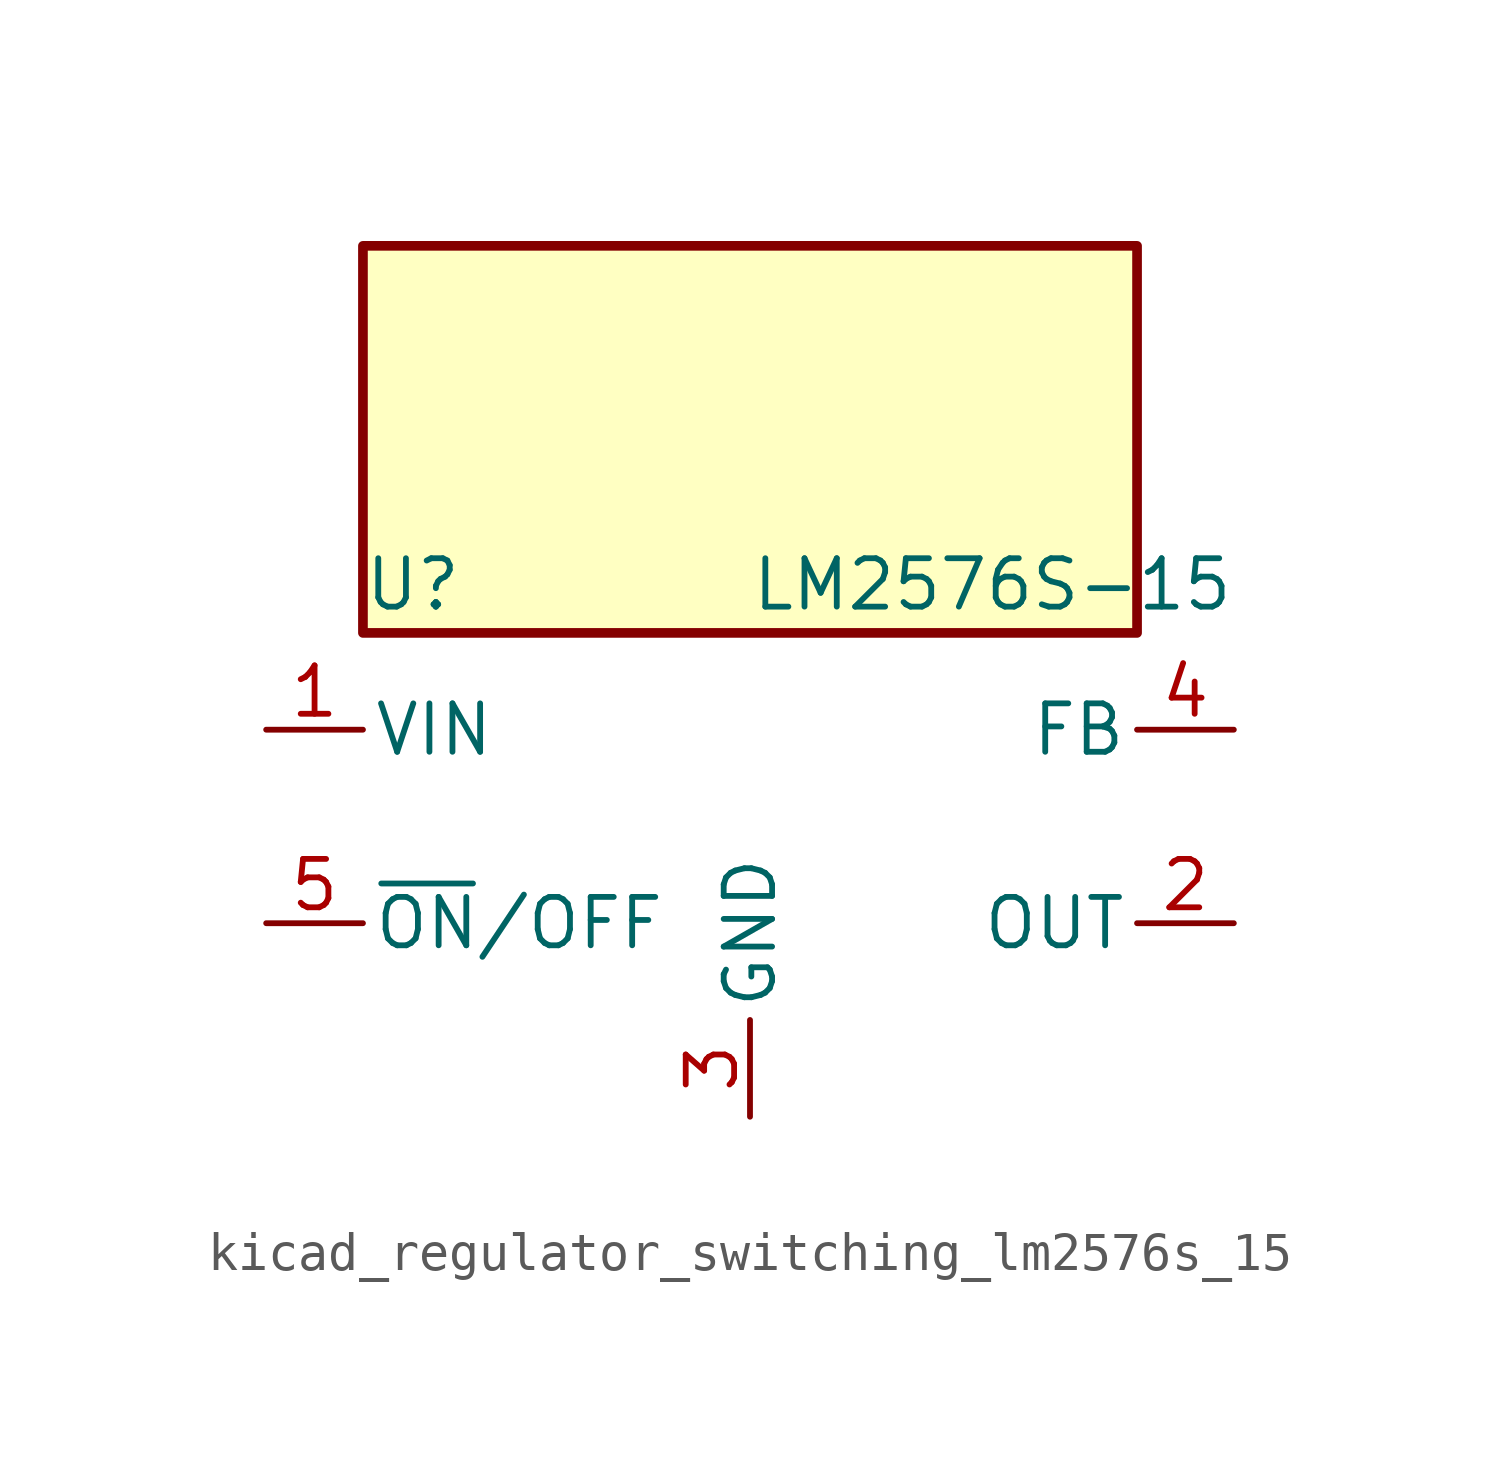
<source format=kicad_sym>
(kicad_symbol_lib
  (version 20220914)
  (generator kicad_symbol_editor)
  (symbol "kicad_regulator_switching_lm2576s_15"
    (pin_names
      (offset 0.254))
    (property "Reference" "U"
      (at -10.16 6.35 0)
      (effects (font (size 1.27 1.27)) (justify left)))
    (property "Value" "LM2576S-15"
      (at 0 6.35 0)
      (effects (font (size 1.27 1.27)) (justify left)))
    (symbol "kicad_regulator_switching_lm2576s_15_0_1"
      (rectangle (start 10.16 15.24) (end -10.16 5.08) (stroke (width 0.254) (type default)) (fill (type background))))
    (symbol "kicad_regulator_switching_lm2576s_15_1_1"
      (pin power_in line (at -12.7 2.54 0) (length 2.54) (name "VIN" (effects (font (size 1.27 1.27)))) (number "1" (effects (font (size 1.27 1.27)))))
      (pin output line (at 12.7 -2.54 180) (length 2.54) (name "OUT" (effects (font (size 1.27 1.27)))) (number "2" (effects (font (size 1.27 1.27)))))
      (pin power_in line (at 0 -7.62 90) (length 2.54) (name "GND" (effects (font (size 1.27 1.27)))) (number "3" (effects (font (size 1.27 1.27)))))
      (pin input line (at 12.7 2.54 180) (length 2.54) (name "FB" (effects (font (size 1.27 1.27)))) (number "4" (effects (font (size 1.27 1.27)))))
      (pin input line (at -12.7 -2.54 0) (length 2.54) (name "~{ON}/OFF" (effects (font (size 1.27 1.27)))) (number "5" (effects (font (size 1.27 1.27))))))))
</source>
